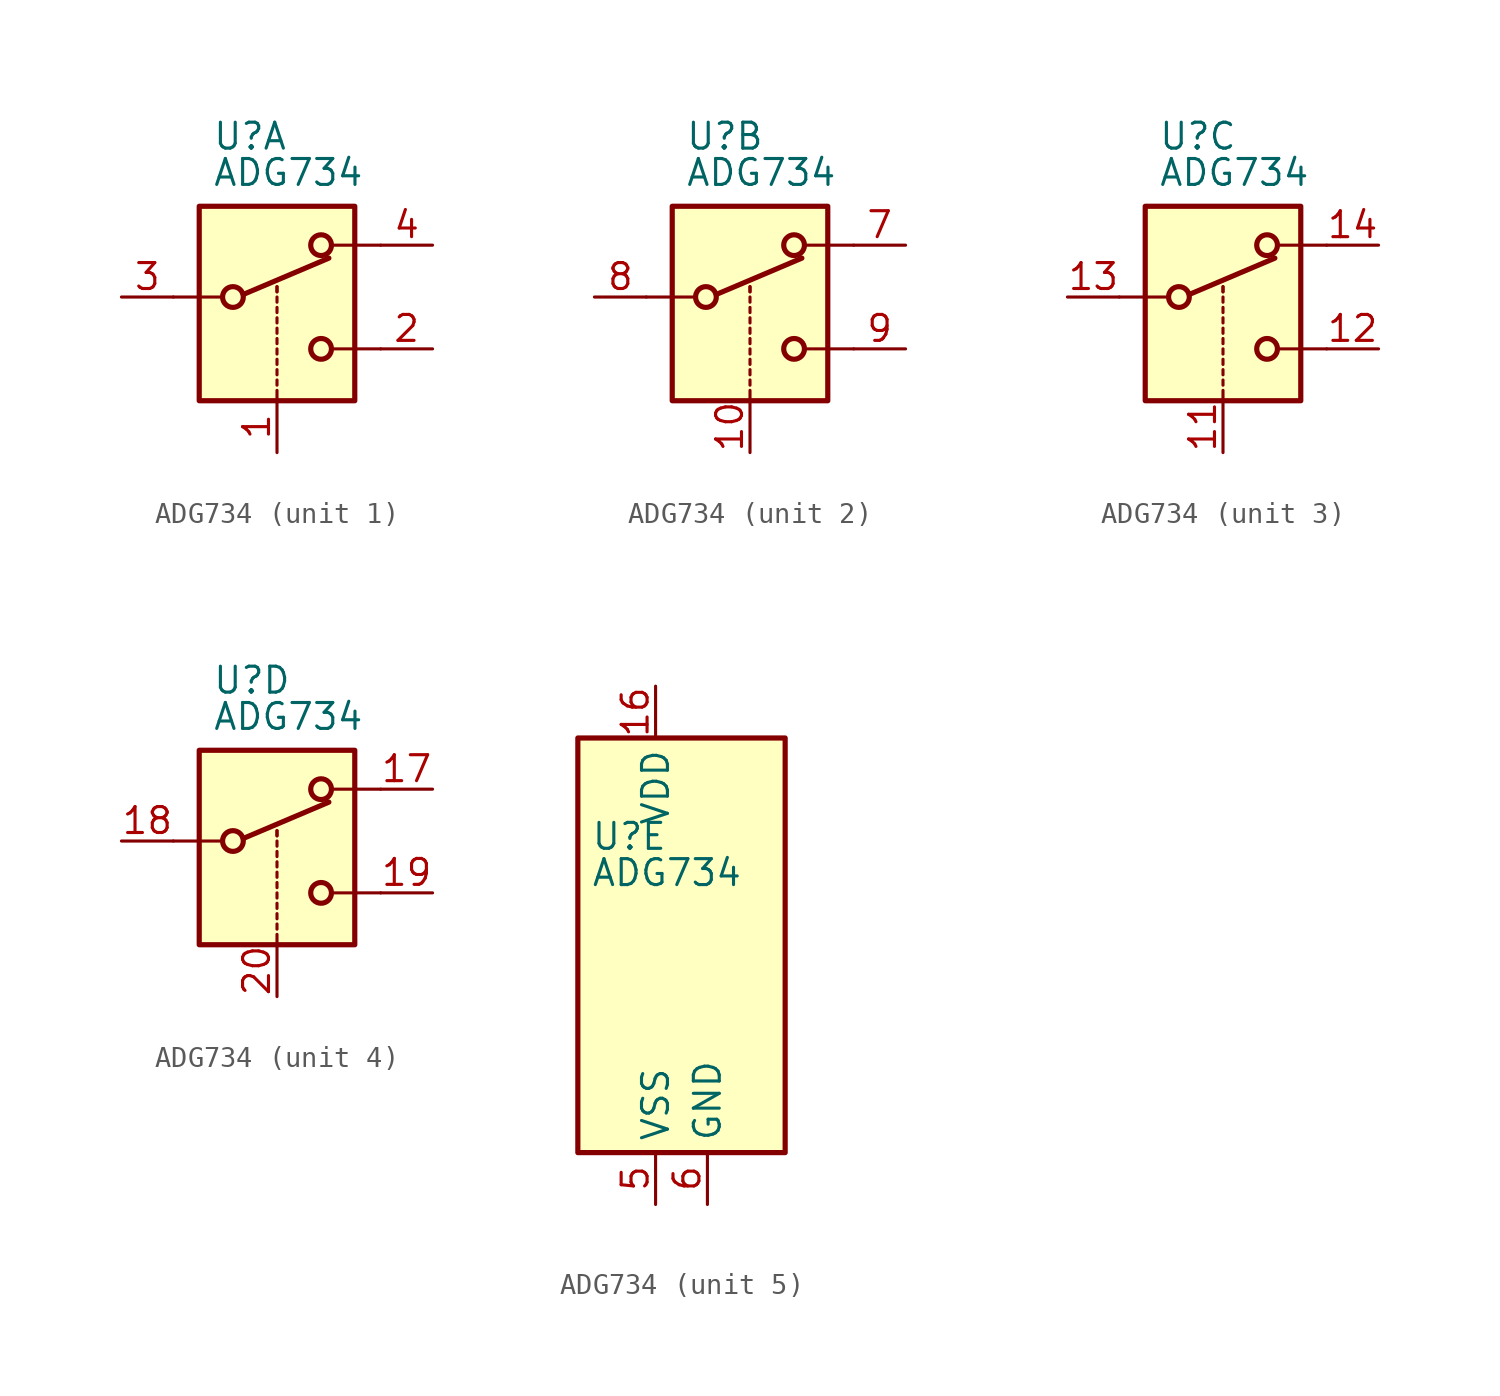
<source format=kicad_sym>
(kicad_symbol_lib
  (version 20201005)
  (generator kicad_symbol_editor)
  (symbol "Analog_Switch:ADG734"
    (property "Reference" "U"
      (at -3.175 5.334 0)
      (effects (font (size 1.27 1.27)) (justify left)))
    (property "Value" "ADG734"
      (at -3.175 3.556 0)
      (effects (font (size 1.27 1.27)) (justify left)))
    (symbol "ADG734_1_1"
      (circle (center -2.159 -2.54) (radius 0.508) (stroke (width 0.254)) (fill (type none)))
      (circle (center 2.159 -5.08) (radius 0.508) (stroke (width 0.254)) (fill (type none)))
      (circle (center 2.159 0) (radius 0.508) (stroke (width 0.254)) (fill (type none)))
      (rectangle (start -3.81 1.905) (end 3.81 -7.62) (stroke (width 0.254)) (fill (type background)))
      (polyline (pts (xy -5.08 -2.54) (xy -2.794 -2.54)) (stroke (width 0)) (fill (type none)))
      (polyline (pts (xy -1.651 -2.413) (xy 2.54 -0.635)) (stroke (width 0.254)) (fill (type none)))
      (polyline (pts (xy 0 -7.62) (xy 0 -7.112)) (stroke (width 0)) (fill (type none)))
      (polyline (pts (xy 0 -6.858) (xy 0 -6.604)) (stroke (width 0)) (fill (type none)))
      (polyline (pts (xy 0 -6.35) (xy 0 -6.096)) (stroke (width 0)) (fill (type none)))
      (polyline (pts (xy 0 -5.842) (xy 0 -5.588)) (stroke (width 0)) (fill (type none)))
      (polyline (pts (xy 0 -5.334) (xy 0 -5.08)) (stroke (width 0)) (fill (type none)))
      (polyline (pts (xy 0 -4.826) (xy 0 -4.572)) (stroke (width 0)) (fill (type none)))
      (polyline (pts (xy 0 -4.318) (xy 0 -4.064)) (stroke (width 0)) (fill (type none)))
      (polyline (pts (xy 0 -3.81) (xy 0 -3.556)) (stroke (width 0)) (fill (type none)))
      (polyline (pts (xy 0 -3.302) (xy 0 -3.048)) (stroke (width 0)) (fill (type none)))
      (polyline (pts (xy 0 -2.794) (xy 0 -2.54)) (stroke (width 0)) (fill (type none)))
      (polyline (pts (xy 0 -2.286) (xy 0 -2.032)) (stroke (width 0)) (fill (type none)))
      (polyline (pts (xy 0 -2.286) (xy 0 -2.032)) (stroke (width 0)) (fill (type none)))
      (polyline (pts (xy 5.08 -5.08) (xy 2.794 -5.08)) (stroke (width 0)) (fill (type none)))
      (polyline (pts (xy 5.08 0) (xy 2.794 0)) (stroke (width 0)) (fill (type none)))
      (pin input line (at 0 -10.16 90) (length 2.54) (name "~" (effects (font (size 1.27 1.27)))) (number "1" (effects (font (size 1.27 1.27)))))
      (pin passive line (at 7.62 -5.08 180) (length 2.54) (name "~" (effects (font (size 1.27 1.27)))) (number "2" (effects (font (size 1.27 1.27)))))
      (pin passive line (at -7.62 -2.54 0) (length 2.54) (name "~" (effects (font (size 1.27 1.27)))) (number "3" (effects (font (size 1.27 1.27)))))
      (pin passive line (at 7.62 0 180) (length 2.54) (name "~" (effects (font (size 1.27 1.27)))) (number "4" (effects (font (size 1.27 1.27))))))
    (symbol "ADG734_2_1"
      (circle (center -2.159 -2.54) (radius 0.508) (stroke (width 0.254)) (fill (type none)))
      (circle (center 2.159 -5.08) (radius 0.508) (stroke (width 0.254)) (fill (type none)))
      (circle (center 2.159 0) (radius 0.508) (stroke (width 0.254)) (fill (type none)))
      (rectangle (start -3.81 1.905) (end 3.81 -7.62) (stroke (width 0.254)) (fill (type background)))
      (polyline (pts (xy -5.08 -2.54) (xy -2.794 -2.54)) (stroke (width 0)) (fill (type none)))
      (polyline (pts (xy -1.651 -2.413) (xy 2.54 -0.635)) (stroke (width 0.254)) (fill (type none)))
      (polyline (pts (xy 0 -7.62) (xy 0 -7.112)) (stroke (width 0)) (fill (type none)))
      (polyline (pts (xy 0 -6.858) (xy 0 -6.604)) (stroke (width 0)) (fill (type none)))
      (polyline (pts (xy 0 -6.35) (xy 0 -6.096)) (stroke (width 0)) (fill (type none)))
      (polyline (pts (xy 0 -5.842) (xy 0 -5.588)) (stroke (width 0)) (fill (type none)))
      (polyline (pts (xy 0 -5.334) (xy 0 -5.08)) (stroke (width 0)) (fill (type none)))
      (polyline (pts (xy 0 -4.826) (xy 0 -4.572)) (stroke (width 0)) (fill (type none)))
      (polyline (pts (xy 0 -4.318) (xy 0 -4.064)) (stroke (width 0)) (fill (type none)))
      (polyline (pts (xy 0 -3.81) (xy 0 -3.556)) (stroke (width 0)) (fill (type none)))
      (polyline (pts (xy 0 -3.302) (xy 0 -3.048)) (stroke (width 0)) (fill (type none)))
      (polyline (pts (xy 0 -2.794) (xy 0 -2.54)) (stroke (width 0)) (fill (type none)))
      (polyline (pts (xy 0 -2.286) (xy 0 -2.032)) (stroke (width 0)) (fill (type none)))
      (polyline (pts (xy 0 -2.286) (xy 0 -2.032)) (stroke (width 0)) (fill (type none)))
      (polyline (pts (xy 5.08 -5.08) (xy 2.794 -5.08)) (stroke (width 0)) (fill (type none)))
      (polyline (pts (xy 5.08 0) (xy 2.794 0)) (stroke (width 0)) (fill (type none)))
      (pin input line (at 0 -10.16 90) (length 2.54) (name "~" (effects (font (size 1.27 1.27)))) (number "10" (effects (font (size 1.27 1.27)))))
      (pin passive line (at 7.62 0 180) (length 2.54) (name "~" (effects (font (size 1.27 1.27)))) (number "7" (effects (font (size 1.27 1.27)))))
      (pin passive line (at -7.62 -2.54 0) (length 2.54) (name "~" (effects (font (size 1.27 1.27)))) (number "8" (effects (font (size 1.27 1.27)))))
      (pin passive line (at 7.62 -5.08 180) (length 2.54) (name "~" (effects (font (size 1.27 1.27)))) (number "9" (effects (font (size 1.27 1.27))))))
    (symbol "ADG734_3_1"
      (circle (center -2.159 -2.54) (radius 0.508) (stroke (width 0.254)) (fill (type none)))
      (circle (center 2.159 -5.08) (radius 0.508) (stroke (width 0.254)) (fill (type none)))
      (circle (center 2.159 0) (radius 0.508) (stroke (width 0.254)) (fill (type none)))
      (rectangle (start -3.81 1.905) (end 3.81 -7.62) (stroke (width 0.254)) (fill (type background)))
      (polyline (pts (xy -5.08 -2.54) (xy -2.794 -2.54)) (stroke (width 0)) (fill (type none)))
      (polyline (pts (xy -1.651 -2.413) (xy 2.54 -0.635)) (stroke (width 0.254)) (fill (type none)))
      (polyline (pts (xy 0 -7.62) (xy 0 -7.112)) (stroke (width 0)) (fill (type none)))
      (polyline (pts (xy 0 -6.858) (xy 0 -6.604)) (stroke (width 0)) (fill (type none)))
      (polyline (pts (xy 0 -6.35) (xy 0 -6.096)) (stroke (width 0)) (fill (type none)))
      (polyline (pts (xy 0 -5.842) (xy 0 -5.588)) (stroke (width 0)) (fill (type none)))
      (polyline (pts (xy 0 -5.334) (xy 0 -5.08)) (stroke (width 0)) (fill (type none)))
      (polyline (pts (xy 0 -4.826) (xy 0 -4.572)) (stroke (width 0)) (fill (type none)))
      (polyline (pts (xy 0 -4.318) (xy 0 -4.064)) (stroke (width 0)) (fill (type none)))
      (polyline (pts (xy 0 -3.81) (xy 0 -3.556)) (stroke (width 0)) (fill (type none)))
      (polyline (pts (xy 0 -3.302) (xy 0 -3.048)) (stroke (width 0)) (fill (type none)))
      (polyline (pts (xy 0 -2.794) (xy 0 -2.54)) (stroke (width 0)) (fill (type none)))
      (polyline (pts (xy 0 -2.286) (xy 0 -2.032)) (stroke (width 0)) (fill (type none)))
      (polyline (pts (xy 0 -2.286) (xy 0 -2.032)) (stroke (width 0)) (fill (type none)))
      (polyline (pts (xy 5.08 -5.08) (xy 2.794 -5.08)) (stroke (width 0)) (fill (type none)))
      (polyline (pts (xy 5.08 0) (xy 2.794 0)) (stroke (width 0)) (fill (type none)))
      (pin input line (at 0 -10.16 90) (length 2.54) (name "~" (effects (font (size 1.27 1.27)))) (number "11" (effects (font (size 1.27 1.27)))))
      (pin passive line (at 7.62 -5.08 180) (length 2.54) (name "~" (effects (font (size 1.27 1.27)))) (number "12" (effects (font (size 1.27 1.27)))))
      (pin passive line (at -7.62 -2.54 0) (length 2.54) (name "~" (effects (font (size 1.27 1.27)))) (number "13" (effects (font (size 1.27 1.27)))))
      (pin passive line (at 7.62 0 180) (length 2.54) (name "~" (effects (font (size 1.27 1.27)))) (number "14" (effects (font (size 1.27 1.27))))))
    (symbol "ADG734_4_1"
      (circle (center -2.159 -2.54) (radius 0.508) (stroke (width 0.254)) (fill (type none)))
      (circle (center 2.159 -5.08) (radius 0.508) (stroke (width 0.254)) (fill (type none)))
      (circle (center 2.159 0) (radius 0.508) (stroke (width 0.254)) (fill (type none)))
      (rectangle (start -3.81 1.905) (end 3.81 -7.62) (stroke (width 0.254)) (fill (type background)))
      (polyline (pts (xy -5.08 -2.54) (xy -2.794 -2.54)) (stroke (width 0)) (fill (type none)))
      (polyline (pts (xy -1.651 -2.413) (xy 2.54 -0.635)) (stroke (width 0.254)) (fill (type none)))
      (polyline (pts (xy 0 -7.62) (xy 0 -7.112)) (stroke (width 0)) (fill (type none)))
      (polyline (pts (xy 0 -6.858) (xy 0 -6.604)) (stroke (width 0)) (fill (type none)))
      (polyline (pts (xy 0 -6.35) (xy 0 -6.096)) (stroke (width 0)) (fill (type none)))
      (polyline (pts (xy 0 -5.842) (xy 0 -5.588)) (stroke (width 0)) (fill (type none)))
      (polyline (pts (xy 0 -5.334) (xy 0 -5.08)) (stroke (width 0)) (fill (type none)))
      (polyline (pts (xy 0 -4.826) (xy 0 -4.572)) (stroke (width 0)) (fill (type none)))
      (polyline (pts (xy 0 -4.318) (xy 0 -4.064)) (stroke (width 0)) (fill (type none)))
      (polyline (pts (xy 0 -3.81) (xy 0 -3.556)) (stroke (width 0)) (fill (type none)))
      (polyline (pts (xy 0 -3.302) (xy 0 -3.048)) (stroke (width 0)) (fill (type none)))
      (polyline (pts (xy 0 -2.794) (xy 0 -2.54)) (stroke (width 0)) (fill (type none)))
      (polyline (pts (xy 0 -2.286) (xy 0 -2.032)) (stroke (width 0)) (fill (type none)))
      (polyline (pts (xy 0 -2.286) (xy 0 -2.032)) (stroke (width 0)) (fill (type none)))
      (polyline (pts (xy 5.08 -5.08) (xy 2.794 -5.08)) (stroke (width 0)) (fill (type none)))
      (polyline (pts (xy 5.08 0) (xy 2.794 0)) (stroke (width 0)) (fill (type none)))
      (pin passive line (at 7.62 0 180) (length 2.54) (name "~" (effects (font (size 1.27 1.27)))) (number "17" (effects (font (size 1.27 1.27)))))
      (pin passive line (at -7.62 -2.54 0) (length 2.54) (name "~" (effects (font (size 1.27 1.27)))) (number "18" (effects (font (size 1.27 1.27)))))
      (pin passive line (at 7.62 -5.08 180) (length 2.54) (name "~" (effects (font (size 1.27 1.27)))) (number "19" (effects (font (size 1.27 1.27)))))
      (pin input line (at 0 -10.16 90) (length 2.54) (name "~" (effects (font (size 1.27 1.27)))) (number "20" (effects (font (size 1.27 1.27))))))
    (symbol "ADG734_5_0"
      (pin no_connect line (at 2.54 10.16 270) (length 2.54) hide (name "NC" (effects (font (size 1.27 1.27)))) (number "15" (effects (font (size 1.27 1.27)))))
      (pin power_in line (at 0 12.7 270) (length 2.54) (name "VDD" (effects (font (size 1.27 1.27)))) (number "16" (effects (font (size 1.27 1.27)))))
      (pin power_in line (at 0 -12.7 90) (length 2.54) (name "VSS" (effects (font (size 1.27 1.27)))) (number "5" (effects (font (size 1.27 1.27)))))
      (pin power_in line (at 2.54 -12.7 90) (length 2.54) (name "GND" (effects (font (size 1.27 1.27)))) (number "6" (effects (font (size 1.27 1.27))))))
    (symbol "ADG734_5_1"
      (rectangle (start -3.81 10.16) (end 6.35 -10.16) (stroke (width 0.254)) (fill (type background))))))
</source>
